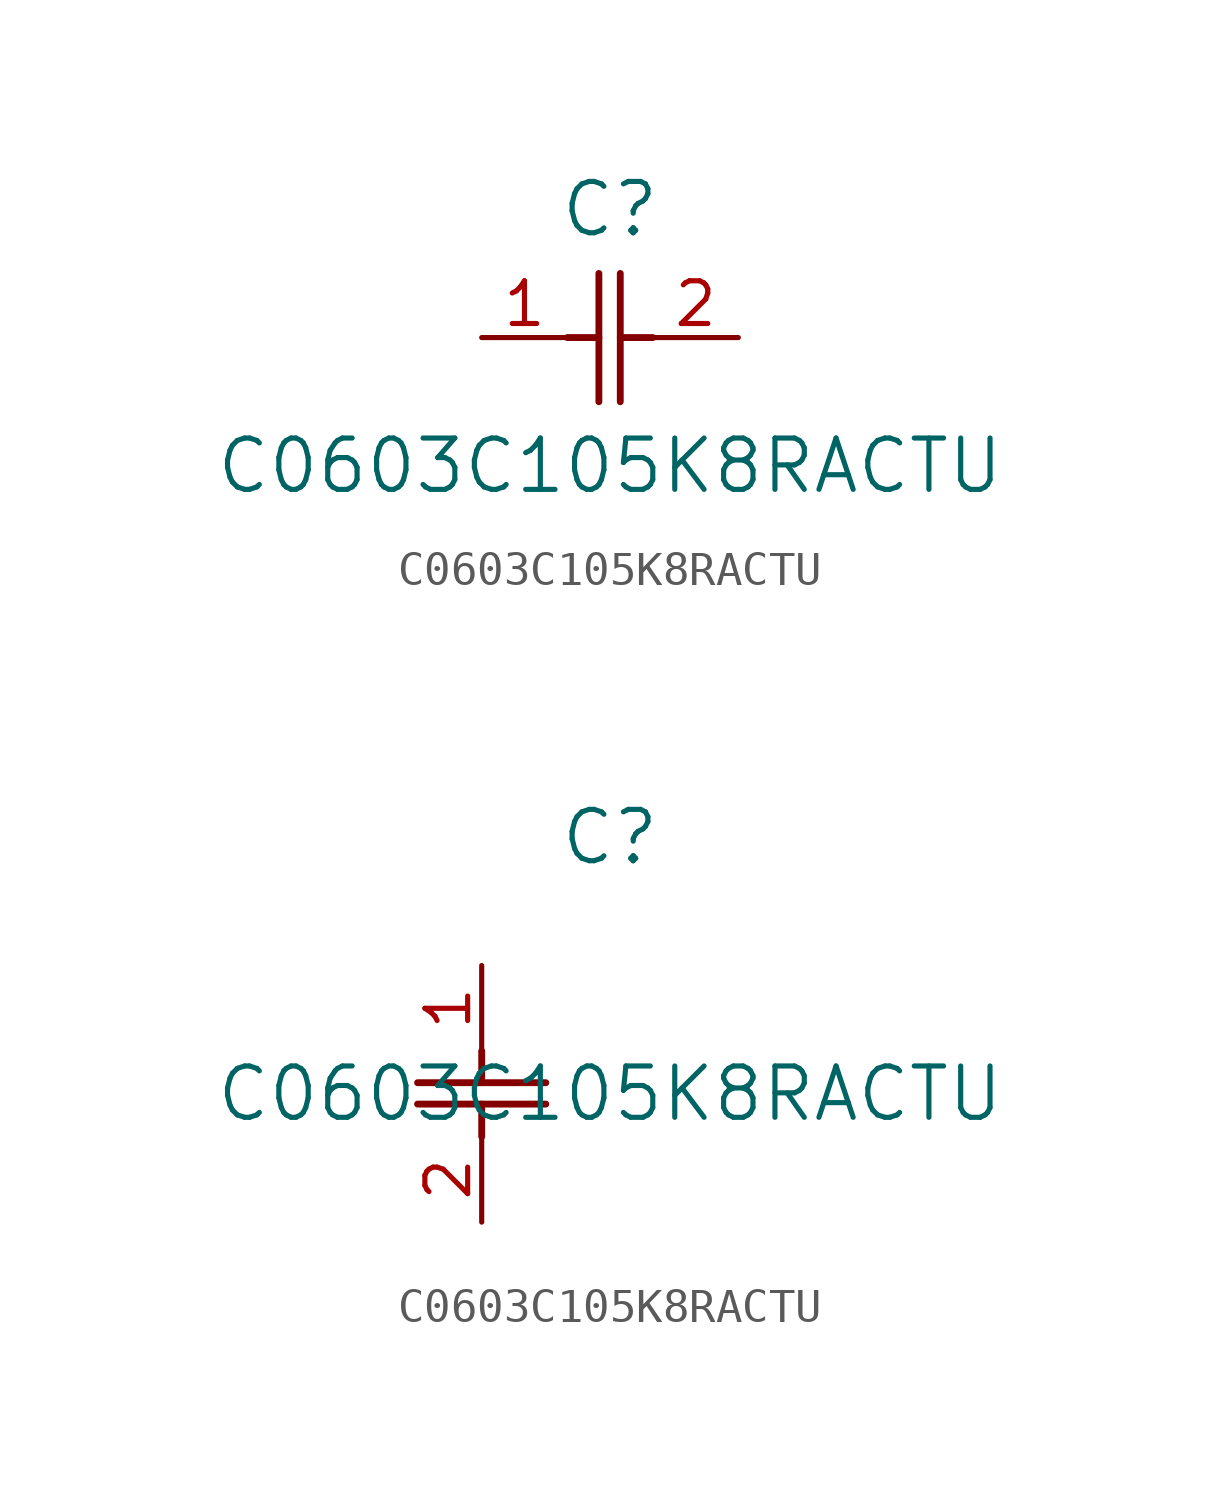
<source format=kicad_sym>
(kicad_symbol_lib
  (version 20211014)
  (generator kicad_symbol_editor)
  (symbol "C0603C105K8RACTU"
    (pin_names
      (offset 0.254))
    (property "Reference" "C"
      (at 3.81 3.81 0)
      (effects (font (size 1.524 1.524))))
    (property "Value" "C0603C105K8RACTU"
      (at 3.81 -3.81 0)
      (effects (font (size 1.524 1.524))))
    (symbol "C0603C105K8RACTU_1_1"
      (polyline (pts (xy 3.48 -1.905) (xy 3.48 1.905)) (stroke (width 0.203) (type default) (color 0 0 0 0)) (fill (type none)))
      (polyline (pts (xy 4.115 -1.905) (xy 4.115 1.905)) (stroke (width 0.203) (type default) (color 0 0 0 0)) (fill (type none)))
      (polyline (pts (xy 4.115 0) (xy 5.08 0)) (stroke (width 0.203) (type default) (color 0 0 0 0)) (fill (type none)))
      (polyline (pts (xy 2.54 0) (xy 3.48 0)) (stroke (width 0.203) (type default) (color 0 0 0 0)) (fill (type none)))
      (pin unspecified line (at 0 0 0) (length 2.54) (name "" (effects (font (size 1.27 1.27)))) (number "1" (effects (font (size 1.27 1.27)))))
      (pin unspecified line (at 7.62 0 180) (length 2.54) (name "" (effects (font (size 1.27 1.27)))) (number "2" (effects (font (size 1.27 1.27))))))
    (symbol "C0603C105K8RACTU_1_2"
      (polyline (pts (xy -1.905 -3.48) (xy 1.905 -3.48)) (stroke (width 0.203) (type default) (color 0 0 0 0)) (fill (type none)))
      (polyline (pts (xy -1.905 -4.115) (xy 1.905 -4.115)) (stroke (width 0.203) (type default) (color 0 0 0 0)) (fill (type none)))
      (polyline (pts (xy 0 -4.115) (xy 0 -5.08)) (stroke (width 0.203) (type default) (color 0 0 0 0)) (fill (type none)))
      (polyline (pts (xy 0 -2.54) (xy 0 -3.48)) (stroke (width 0.203) (type default) (color 0 0 0 0)) (fill (type none)))
      (pin unspecified line (at 0 0 270) (length 2.54) (name "" (effects (font (size 1.27 1.27)))) (number "1" (effects (font (size 1.27 1.27)))))
      (pin unspecified line (at 0 -7.62 90) (length 2.54) (name "" (effects (font (size 1.27 1.27)))) (number "2" (effects (font (size 1.27 1.27))))))))
</source>
